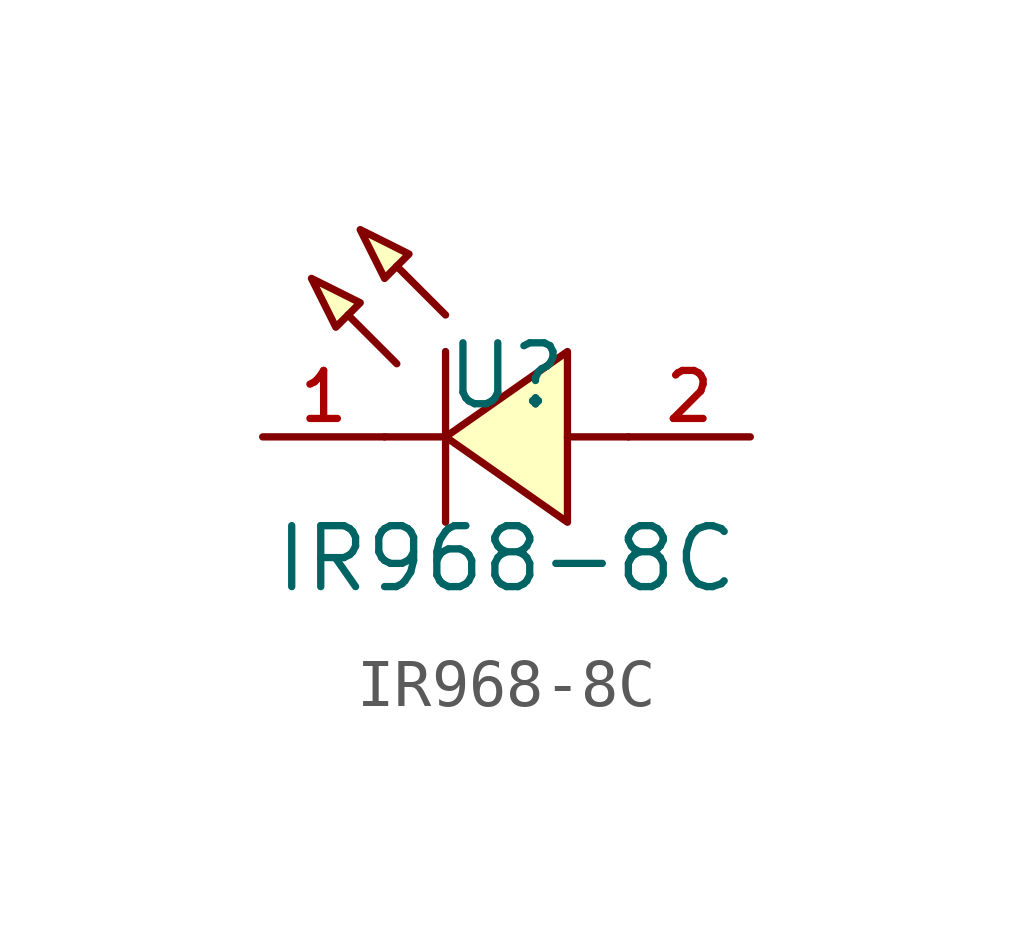
<source format=kicad_sym>
(kicad_symbol_lib
  (version 20210201)
  (generator TousstNicolas/JLC2KiCad_lib)
  (symbol "IR968-8C"
    (pin_names hide)
    (property "Reference" "U"
      (at 0 1.27 0)
      (effects (font (size 1.27 1.27))))
    (property "Value" "IR968-8C"
      (at 0 -2.54 0)
      (effects (font (size 1.27 1.27))))
    (symbol "IR968-8C_0_1"
      (polyline (pts (xy -4.064 3.302) (xy -3.048 2.794) (xy -3.556 2.286) (xy -4.064 3.302)) (stroke (width 0) (type default) (color 0 0 0 0)) (fill (type background)))
      (polyline (pts (xy -3.048 4.318) (xy -2.032 3.81) (xy -2.54 3.302) (xy -3.048 4.318)) (stroke (width 0) (type default) (color 0 0 0 0)) (fill (type background)))
      (polyline (pts (xy -2.286 1.524) (xy -3.302 2.54)) (stroke (width 0) (type default) (color 0 0 0 0)) (fill (type none)))
      (polyline (pts (xy -1.27 2.54) (xy -2.286 3.556)) (stroke (width 0) (type default) (color 0 0 0 0)) (fill (type none)))
      (polyline (pts (xy -1.27 -0.0) (xy -2.54 -0.0)) (stroke (width 0) (type default) (color 0 0 0 0)) (fill (type none)))
      (polyline (pts (xy 2.54 -0.0) (xy 1.27 -0.0)) (stroke (width 0) (type default) (color 0 0 0 0)) (fill (type none)))
      (polyline (pts (xy -1.27 1.778) (xy -1.27 -1.778)) (stroke (width 0) (type default) (color 0 0 0 0)) (fill (type none)))
      (polyline (pts (xy 1.27 1.778) (xy -1.27 -0.0) (xy 1.27 -1.778) (xy 1.27 1.778)) (stroke (width 0) (type default) (color 0 0 0 0)) (fill (type background)))
      (pin unspecified line (at -5.08 -0.0 0) (length 2.54) (name "K" (effects (font (size 1 1)))) (number "1" (effects (font (size 1 1)))))
      (pin unspecified line (at 5.08 -0.0 180) (length 2.54) (name "A" (effects (font (size 1 1)))) (number "2" (effects (font (size 1 1))))))))
</source>
